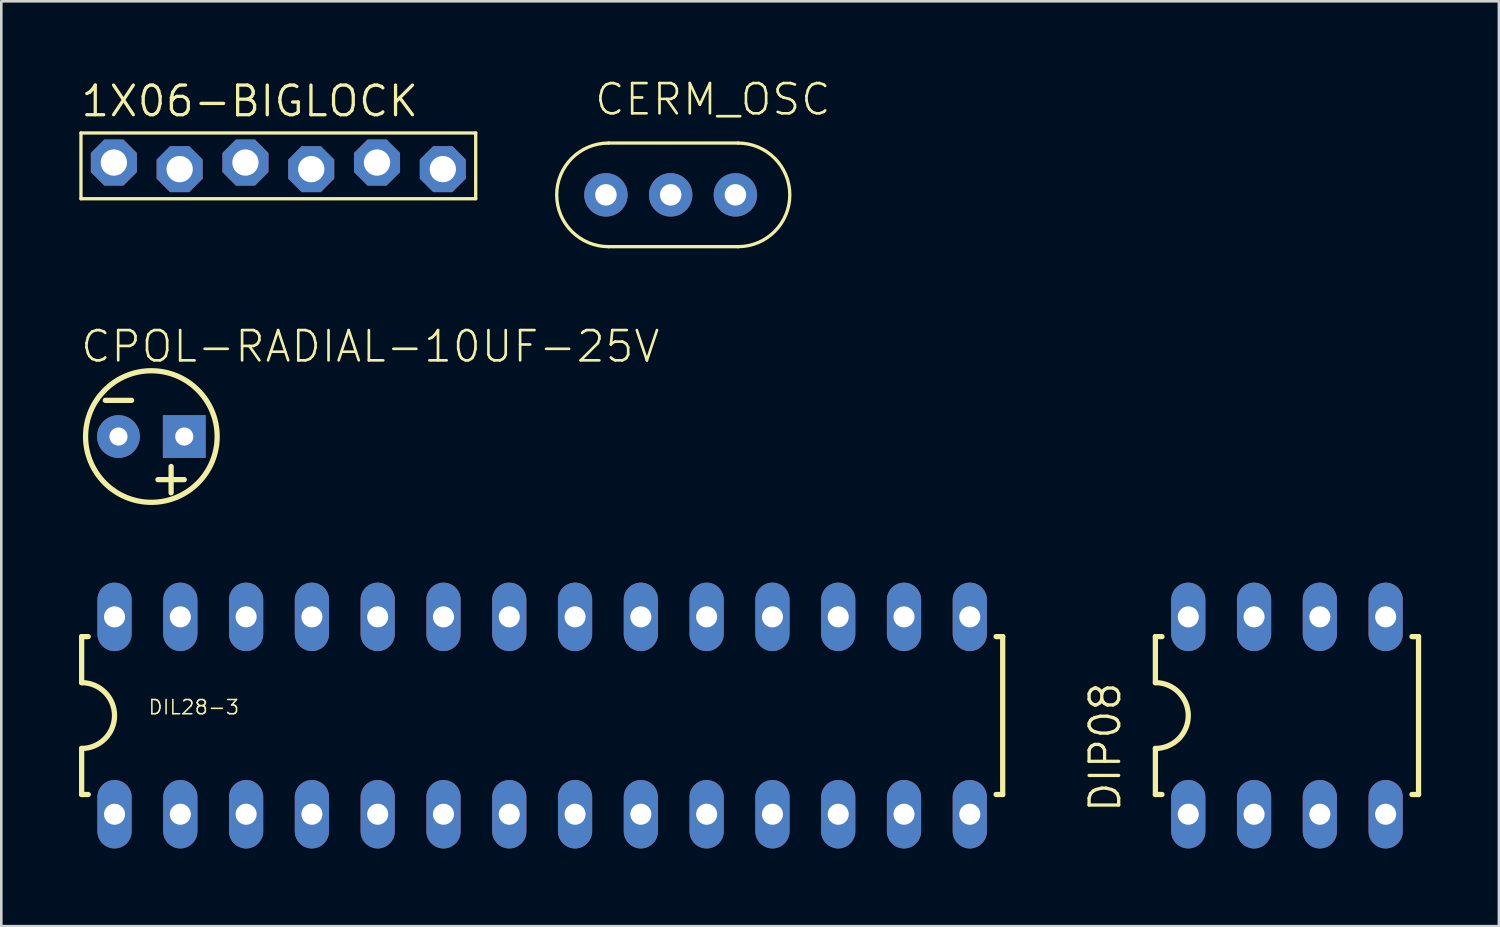
<source format=kicad_pcb>
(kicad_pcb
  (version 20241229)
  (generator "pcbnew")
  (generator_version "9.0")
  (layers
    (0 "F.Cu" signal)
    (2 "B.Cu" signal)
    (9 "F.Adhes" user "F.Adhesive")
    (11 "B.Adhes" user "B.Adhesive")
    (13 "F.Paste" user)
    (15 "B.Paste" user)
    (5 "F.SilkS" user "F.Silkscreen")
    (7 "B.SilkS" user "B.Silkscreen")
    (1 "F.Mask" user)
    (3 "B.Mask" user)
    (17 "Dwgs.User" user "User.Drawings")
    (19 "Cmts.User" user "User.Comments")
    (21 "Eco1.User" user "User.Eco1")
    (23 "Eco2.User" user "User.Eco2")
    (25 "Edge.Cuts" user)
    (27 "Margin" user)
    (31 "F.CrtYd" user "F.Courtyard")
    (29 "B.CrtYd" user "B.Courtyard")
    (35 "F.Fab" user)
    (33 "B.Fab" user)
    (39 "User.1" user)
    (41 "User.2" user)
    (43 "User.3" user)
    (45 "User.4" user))
  (footprint "CPOL-RADIAL-10UF-25V"
    (layer "F.Cu")
    (at 2.794 13.804)
    (property "Reference" "CPOL-RADIAL-10UF-25V" (at -2.794 -2.794 0) (unlocked yes) (layer "F.SilkS") (effects (font (size 1.168 1.168) (thickness 0.102)) (justify left bottom)))
    (fp_line (start -0.762 -1.397) (end -1.778 -1.397) (stroke (width 0.203) (type solid)) (layer "F.SilkS"))
    (fp_line (start 0.762 1.156) (end 0.762 2.172) (stroke (width 0.203) (type solid)) (layer "F.SilkS"))
    (fp_line (start 1.27 1.664) (end 0.254 1.664) (stroke (width 0.203) (type solid)) (layer "F.SilkS"))
    (fp_circle (center 0 0) (end 2.54 0) (stroke (width 0.203) (type solid)) (fill no) (layer "F.SilkS"))
    (pad "+" thru_hole rect (at 1.27 0) (size 1.651 1.651) (drill 0.7) (layers "*.Cu" "*.Mask"))
    (pad "-" thru_hole circle (at -1.27 0) (size 1.651 1.651) (drill 0.7) (layers "*.Cu" "*.Mask")))
  (footprint "1X06-BIGLOCK"
    (layer "F.Cu")
    (at 7.696 3.353)
    (property "Reference" "1X06-BIGLOCK" (at -7.696 -1.829 0) (unlocked yes) (layer "F.SilkS") (effects (font (size 1.143 1.143) (thickness 0.127)) (justify left bottom)))
    (fp_line (start -7.62 -1.27) (end 7.62 -1.27) (stroke (width 0.127) (type solid)) (layer "F.SilkS"))
    (fp_line (start -7.62 1.27) (end -7.62 -1.27) (stroke (width 0.127) (type solid)) (layer "F.SilkS"))
    (fp_line (start 7.62 -1.27) (end 7.62 1.27) (stroke (width 0.127) (type solid)) (layer "F.SilkS"))
    (fp_line (start 7.62 1.27) (end -7.62 1.27) (stroke (width 0.127) (type solid)) (layer "F.SilkS"))
    (fp_poly (pts (xy -6.604 0.254) (xy -6.096 0.254) (xy -6.096 -0.254) (xy -6.604 -0.254)) (stroke (width 0.1) (type default)) (fill no) (layer "F.Fab"))
    (fp_poly (pts (xy -4.064 0.254) (xy -3.556 0.254) (xy -3.556 -0.254) (xy -4.064 -0.254)) (stroke (width 0.1) (type default)) (fill no) (layer "F.Fab"))
    (fp_poly (pts (xy -1.524 0.254) (xy -1.016 0.254) (xy -1.016 -0.254) (xy -1.524 -0.254)) (stroke (width 0.1) (type default)) (fill no) (layer "F.Fab"))
    (fp_poly (pts (xy 1.016 0.254) (xy 1.524 0.254) (xy 1.524 -0.254) (xy 1.016 -0.254)) (stroke (width 0.1) (type default)) (fill no) (layer "F.Fab"))
    (fp_poly (pts (xy 3.556 0.254) (xy 4.064 0.254) (xy 4.064 -0.254) (xy 3.556 -0.254)) (stroke (width 0.1) (type default)) (fill no) (layer "F.Fab"))
    (fp_poly (pts (xy 6.096 0.254) (xy 6.604 0.254) (xy 6.604 -0.254) (xy 6.096 -0.254)) (stroke (width 0.1) (type default)) (fill no) (layer "F.Fab"))
    (pad "1" thru_hole roundrect (at -6.35 -0.127 90) (size 1.778 1.778) (drill 1.016) (layers "*.Cu" "*.Mask") (roundrect_rratio 0.25) (chamfer_ratio 0.293) (chamfer top_left top_right bottom_left bottom_right))
    (pad "2" thru_hole roundrect (at -3.81 0.127 90) (size 1.778 1.778) (drill 1.016) (layers "*.Cu" "*.Mask") (roundrect_rratio 0.25) (chamfer_ratio 0.293) (chamfer top_left top_right bottom_left bottom_right))
    (pad "3" thru_hole roundrect (at -1.27 -0.127 90) (size 1.778 1.778) (drill 1.016) (layers "*.Cu" "*.Mask") (roundrect_rratio 0.25) (chamfer_ratio 0.293) (chamfer top_left top_right bottom_left bottom_right))
    (pad "4" thru_hole roundrect (at 1.27 0.127 90) (size 1.778 1.778) (drill 1.016) (layers "*.Cu" "*.Mask") (roundrect_rratio 0.25) (chamfer_ratio 0.293) (chamfer top_left top_right bottom_left bottom_right))
    (pad "5" thru_hole roundrect (at 3.81 -0.127 90) (size 1.778 1.778) (drill 1.016) (layers "*.Cu" "*.Mask") (roundrect_rratio 0.25) (chamfer_ratio 0.293) (chamfer top_left top_right bottom_left bottom_right))
    (pad "6" thru_hole roundrect (at 6.35 0.127 90) (size 1.778 1.778) (drill 1.016) (layers "*.Cu" "*.Mask") (roundrect_rratio 0.25) (chamfer_ratio 0.293) (chamfer top_left top_right bottom_left bottom_right)))
  (footprint "DIL28-3"
    (layer "F.Cu")
    (at 17.882 24.576)
    (property "Reference" "DIL28-3" (at -15.24 0 0) (unlocked yes) (layer "F.SilkS") (effects (font (size 0.549 0.549) (thickness 0.061)) (justify left bottom)))
    (fp_line (start -17.78 -3.048) (end -17.78 -1.27) (stroke (width 0.203) (type solid)) (layer "F.SilkS"))
    (fp_line (start -17.78 -3.048) (end -17.526 -3.048) (stroke (width 0.203) (type solid)) (layer "F.SilkS"))
    (fp_line (start -17.78 1.27) (end -17.78 3.048) (stroke (width 0.203) (type solid)) (layer "F.SilkS"))
    (fp_line (start -17.78 3.048) (end -17.526 3.048) (stroke (width 0.203) (type solid)) (layer "F.SilkS"))
    (fp_line (start 17.78 -3.048) (end 17.526 -3.048) (stroke (width 0.203) (type solid)) (layer "F.SilkS"))
    (fp_line (start 17.78 3.048) (end 17.526 3.048) (stroke (width 0.203) (type solid)) (layer "F.SilkS"))
    (fp_line (start 17.78 3.048) (end 17.78 -3.048) (stroke (width 0.203) (type solid)) (layer "F.SilkS"))
    (fp_arc (start -17.78 -1.27) (mid -16.51 0) (end -17.78 1.27) (stroke (width 0.2032) (type solid)) (layer "F.SilkS"))
    (pad "1" thru_hole oval (at -16.51 3.81 90) (size 2.642 1.321) (drill 0.813) (layers "*.Cu" "*.Mask"))
    (pad "2" thru_hole oval (at -13.97 3.81 90) (size 2.642 1.321) (drill 0.813) (layers "*.Cu" "*.Mask"))
    (pad "3" thru_hole oval (at -11.43 3.81 90) (size 2.642 1.321) (drill 0.813) (layers "*.Cu" "*.Mask"))
    (pad "4" thru_hole oval (at -8.89 3.81 90) (size 2.642 1.321) (drill 0.813) (layers "*.Cu" "*.Mask"))
    (pad "5" thru_hole oval (at -6.35 3.81 90) (size 2.642 1.321) (drill 0.813) (layers "*.Cu" "*.Mask"))
    (pad "6" thru_hole oval (at -3.81 3.81 90) (size 2.642 1.321) (drill 0.813) (layers "*.Cu" "*.Mask"))
    (pad "7" thru_hole oval (at -1.27 3.81 90) (size 2.642 1.321) (drill 0.813) (layers "*.Cu" "*.Mask"))
    (pad "8" thru_hole oval (at 1.27 3.81 90) (size 2.642 1.321) (drill 0.813) (layers "*.Cu" "*.Mask"))
    (pad "9" thru_hole oval (at 3.81 3.81 90) (size 2.642 1.321) (drill 0.813) (layers "*.Cu" "*.Mask"))
    (pad "10" thru_hole oval (at 6.35 3.81 90) (size 2.642 1.321) (drill 0.813) (layers "*.Cu" "*.Mask"))
    (pad "11" thru_hole oval (at 8.89 3.81 90) (size 2.642 1.321) (drill 0.813) (layers "*.Cu" "*.Mask"))
    (pad "12" thru_hole oval (at 11.43 3.81 90) (size 2.642 1.321) (drill 0.813) (layers "*.Cu" "*.Mask"))
    (pad "13" thru_hole oval (at 13.97 3.81 90) (size 2.642 1.321) (drill 0.813) (layers "*.Cu" "*.Mask"))
    (pad "14" thru_hole oval (at 16.51 3.81 90) (size 2.642 1.321) (drill 0.813) (layers "*.Cu" "*.Mask"))
    (pad "15" thru_hole oval (at 16.51 -3.81 90) (size 2.642 1.321) (drill 0.813) (layers "*.Cu" "*.Mask"))
    (pad "16" thru_hole oval (at 13.97 -3.81 90) (size 2.642 1.321) (drill 0.813) (layers "*.Cu" "*.Mask"))
    (pad "17" thru_hole oval (at 11.43 -3.81 90) (size 2.642 1.321) (drill 0.813) (layers "*.Cu" "*.Mask"))
    (pad "18" thru_hole oval (at 8.89 -3.81 90) (size 2.642 1.321) (drill 0.813) (layers "*.Cu" "*.Mask"))
    (pad "19" thru_hole oval (at 6.35 -3.81 90) (size 2.642 1.321) (drill 0.813) (layers "*.Cu" "*.Mask"))
    (pad "20" thru_hole oval (at 3.81 -3.81 90) (size 2.642 1.321) (drill 0.813) (layers "*.Cu" "*.Mask"))
    (pad "21" thru_hole oval (at 1.27 -3.81 90) (size 2.642 1.321) (drill 0.813) (layers "*.Cu" "*.Mask"))
    (pad "22" thru_hole oval (at -1.27 -3.81 90) (size 2.642 1.321) (drill 0.813) (layers "*.Cu" "*.Mask"))
    (pad "23" thru_hole oval (at -3.81 -3.81 90) (size 2.642 1.321) (drill 0.813) (layers "*.Cu" "*.Mask"))
    (pad "24" thru_hole oval (at -6.35 -3.81 90) (size 2.642 1.321) (drill 0.813) (layers "*.Cu" "*.Mask"))
    (pad "25" thru_hole oval (at -8.89 -3.81 90) (size 2.642 1.321) (drill 0.813) (layers "*.Cu" "*.Mask"))
    (pad "26" thru_hole oval (at -11.43 -3.81 90) (size 2.642 1.321) (drill 0.813) (layers "*.Cu" "*.Mask"))
    (pad "27" thru_hole oval (at -13.97 -3.81 90) (size 2.642 1.321) (drill 0.813) (layers "*.Cu" "*.Mask"))
    (pad "28" thru_hole oval (at -16.51 -3.81 90) (size 2.642 1.321) (drill 0.813) (layers "*.Cu" "*.Mask")))
  (footprint "DIP08"
    (layer "F.Cu")
    (at 46.637 24.576)
    (property "Reference" "DIP08" (at -6.35 3.81 90) (unlocked yes) (layer "F.SilkS") (effects (font (size 1.143 1.143) (thickness 0.127)) (justify left bottom)))
    (fp_line (start -5.08 -3.048) (end -5.08 -1.27) (stroke (width 0.203) (type solid)) (layer "F.SilkS"))
    (fp_line (start -5.08 -3.048) (end -4.826 -3.048) (stroke (width 0.203) (type solid)) (layer "F.SilkS"))
    (fp_line (start -5.08 1.27) (end -5.08 3.048) (stroke (width 0.203) (type solid)) (layer "F.SilkS"))
    (fp_line (start -5.08 3.048) (end -4.826 3.048) (stroke (width 0.203) (type solid)) (layer "F.SilkS"))
    (fp_line (start 5.08 -3.048) (end 4.826 -3.048) (stroke (width 0.203) (type solid)) (layer "F.SilkS"))
    (fp_line (start 5.08 3.048) (end 4.826 3.048) (stroke (width 0.203) (type solid)) (layer "F.SilkS"))
    (fp_line (start 5.08 3.048) (end 5.08 -3.048) (stroke (width 0.203) (type solid)) (layer "F.SilkS"))
    (fp_arc (start -5.08 -1.27) (mid -3.81 0) (end -5.08 1.27) (stroke (width 0.2032) (type solid)) (layer "F.SilkS"))
    (pad "1" thru_hole oval (at -3.81 3.81 90) (size 2.642 1.321) (drill 0.813) (layers "*.Cu" "*.Mask"))
    (pad "2" thru_hole oval (at -1.27 3.81 90) (size 2.642 1.321) (drill 0.813) (layers "*.Cu" "*.Mask"))
    (pad "3" thru_hole oval (at 1.27 3.81 90) (size 2.642 1.321) (drill 0.813) (layers "*.Cu" "*.Mask"))
    (pad "4" thru_hole oval (at 3.81 3.81 90) (size 2.642 1.321) (drill 0.813) (layers "*.Cu" "*.Mask"))
    (pad "5" thru_hole oval (at 3.81 -3.81 90) (size 2.642 1.321) (drill 0.813) (layers "*.Cu" "*.Mask"))
    (pad "6" thru_hole oval (at 1.27 -3.81 90) (size 2.642 1.321) (drill 0.813) (layers "*.Cu" "*.Mask"))
    (pad "7" thru_hole oval (at -1.27 -3.81 90) (size 2.642 1.321) (drill 0.813) (layers "*.Cu" "*.Mask"))
    (pad "8" thru_hole oval (at -3.81 -3.81 90) (size 2.642 1.321) (drill 0.813) (layers "*.Cu" "*.Mask")))
  (footprint "CERM_OSC"
    (layer "F.Cu")
    (at 22.843 4.473)
    (property "Reference" "CERM_OSC" (at -3 -3 0) (unlocked yes) (layer "F.SilkS") (effects (font (size 1.168 1.168) (thickness 0.102)) (justify left bottom)))
    (fp_line (start -2.4 -2) (end 2.6 -2) (stroke (width 0.127) (type solid)) (layer "F.SilkS"))
    (fp_line (start 2.6 2) (end -2.4 2) (stroke (width 0.127) (type solid)) (layer "F.SilkS"))
    (fp_arc (start -2.4 2) (mid -4.4 0) (end -2.4 -2) (stroke (width 0.127) (type solid)) (layer "F.SilkS"))
    (fp_arc (start 2.6 -2) (mid 4.6 0) (end 2.6 2) (stroke (width 0.127) (type solid)) (layer "F.SilkS"))
    (pad "P$1" thru_hole circle (at -2.5 0) (size 1.676 1.676) (drill 0.83) (layers "*.Cu" "*.Mask"))
    (pad "P$2" thru_hole circle (at 0 0) (size 1.676 1.676) (drill 0.83) (layers "*.Cu" "*.Mask"))
    (pad "P$3" thru_hole circle (at 2.5 0) (size 1.676 1.676) (drill 0.83) (layers "*.Cu" "*.Mask")))
  (gr_rect
    (start -3 -3)
    (end 54.819 32.707)
    (stroke (width 0.1) (type default))
    (fill no)
    (layer "Edge.Cuts")))
</source>
